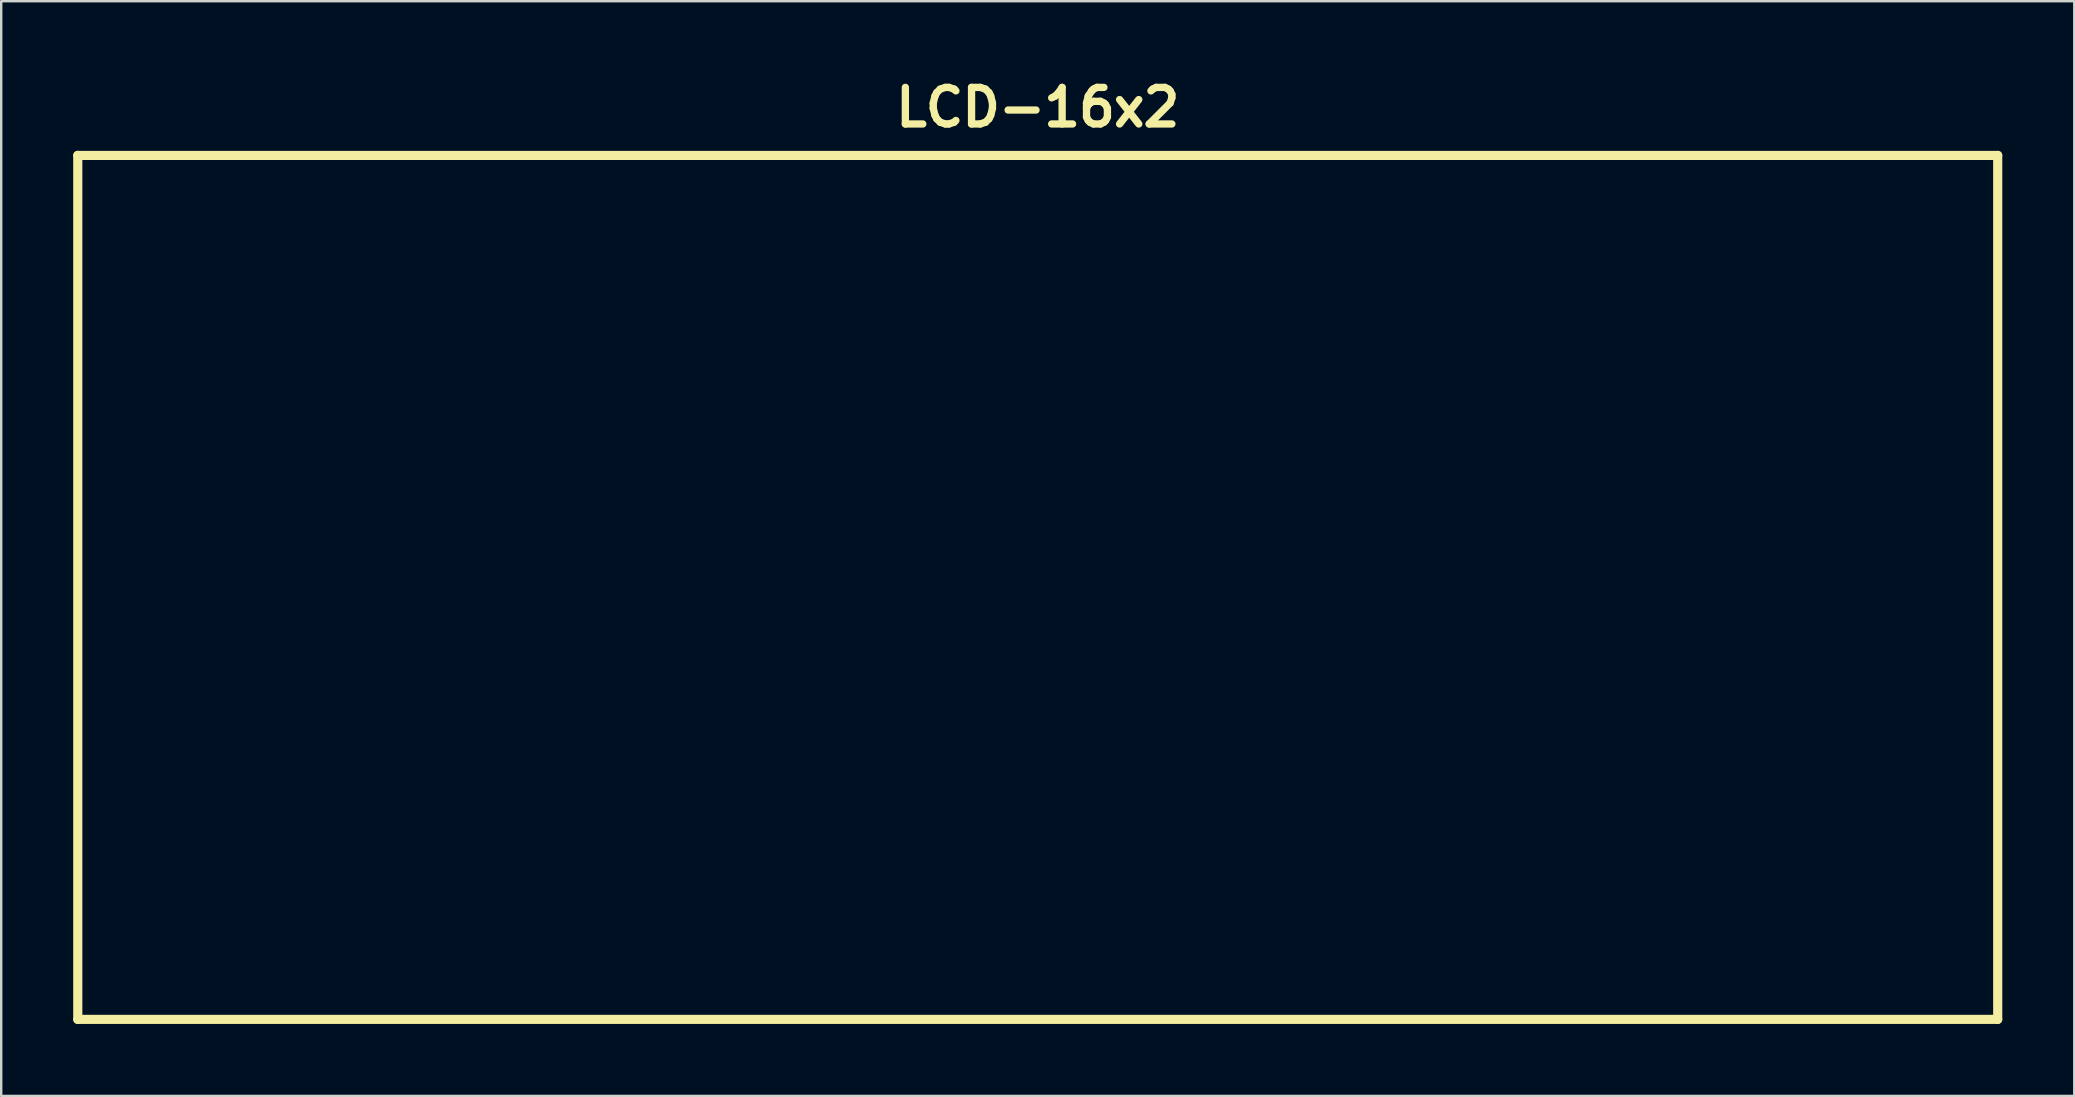
<source format=kicad_pcb>
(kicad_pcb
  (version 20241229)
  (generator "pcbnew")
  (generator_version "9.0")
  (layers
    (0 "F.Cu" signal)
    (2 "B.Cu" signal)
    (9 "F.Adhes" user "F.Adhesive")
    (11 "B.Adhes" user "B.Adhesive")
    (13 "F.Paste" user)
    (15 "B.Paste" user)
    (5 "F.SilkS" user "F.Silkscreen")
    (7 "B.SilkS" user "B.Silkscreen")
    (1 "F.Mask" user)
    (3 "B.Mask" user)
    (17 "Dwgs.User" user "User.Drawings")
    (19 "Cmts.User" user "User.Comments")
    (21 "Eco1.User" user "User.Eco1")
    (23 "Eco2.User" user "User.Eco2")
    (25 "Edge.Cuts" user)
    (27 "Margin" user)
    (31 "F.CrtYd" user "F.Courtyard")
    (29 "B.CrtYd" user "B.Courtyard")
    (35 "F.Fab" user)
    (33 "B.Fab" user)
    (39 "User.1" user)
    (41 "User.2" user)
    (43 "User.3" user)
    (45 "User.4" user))
  (footprint "LCD-16x2"
    (layer "F.Cu")
    (at 40.191 21.426)
    (property "Reference" "LCD-16x2" (at 0 -20 0) (layer "F.SilkS") (effects (font (size 1.524 1.524) (thickness 0.305))))
    (attr through_hole)
    (fp_line (start -40 -18) (end 40 -18) (stroke (width 0.381) (type solid)) (layer "F.SilkS"))
    (fp_line (start -40 18) (end -40 -18) (stroke (width 0.381) (type solid)) (layer "F.SilkS"))
    (fp_line (start 40 18) (end -40 18) (stroke (width 0.381) (type solid)) (layer "F.SilkS"))
    (fp_line (start 40 18) (end 40 -18) (stroke (width 0.381) (type solid)) (layer "F.SilkS"))
    (pad "" np_thru_hole circle (at -38.25 -16.25) (size 0.01 0.01) (drill 2.7) (layers "*.Cu" "*.Mask"))
    (pad "" np_thru_hole circle (at -38.25 16.25 90) (size 0.01 0.01) (drill 2.7) (layers "*.Cu" "*.Mask"))
    (pad "" np_thru_hole circle (at 38.25 -16.25) (size 0.01 0.01) (drill 2.7) (layers "*.Cu" "*.Mask"))
    (pad "" np_thru_hole circle (at 38.25 16.25) (size 0.01 0.01) (drill 2.7) (layers "*.Cu" "*.Mask")))
  (gr_rect
    (start -3 -3)
    (end 83.381 42.617)
    (stroke (width 0.1) (type default))
    (fill no)
    (layer "Edge.Cuts")))
</source>
